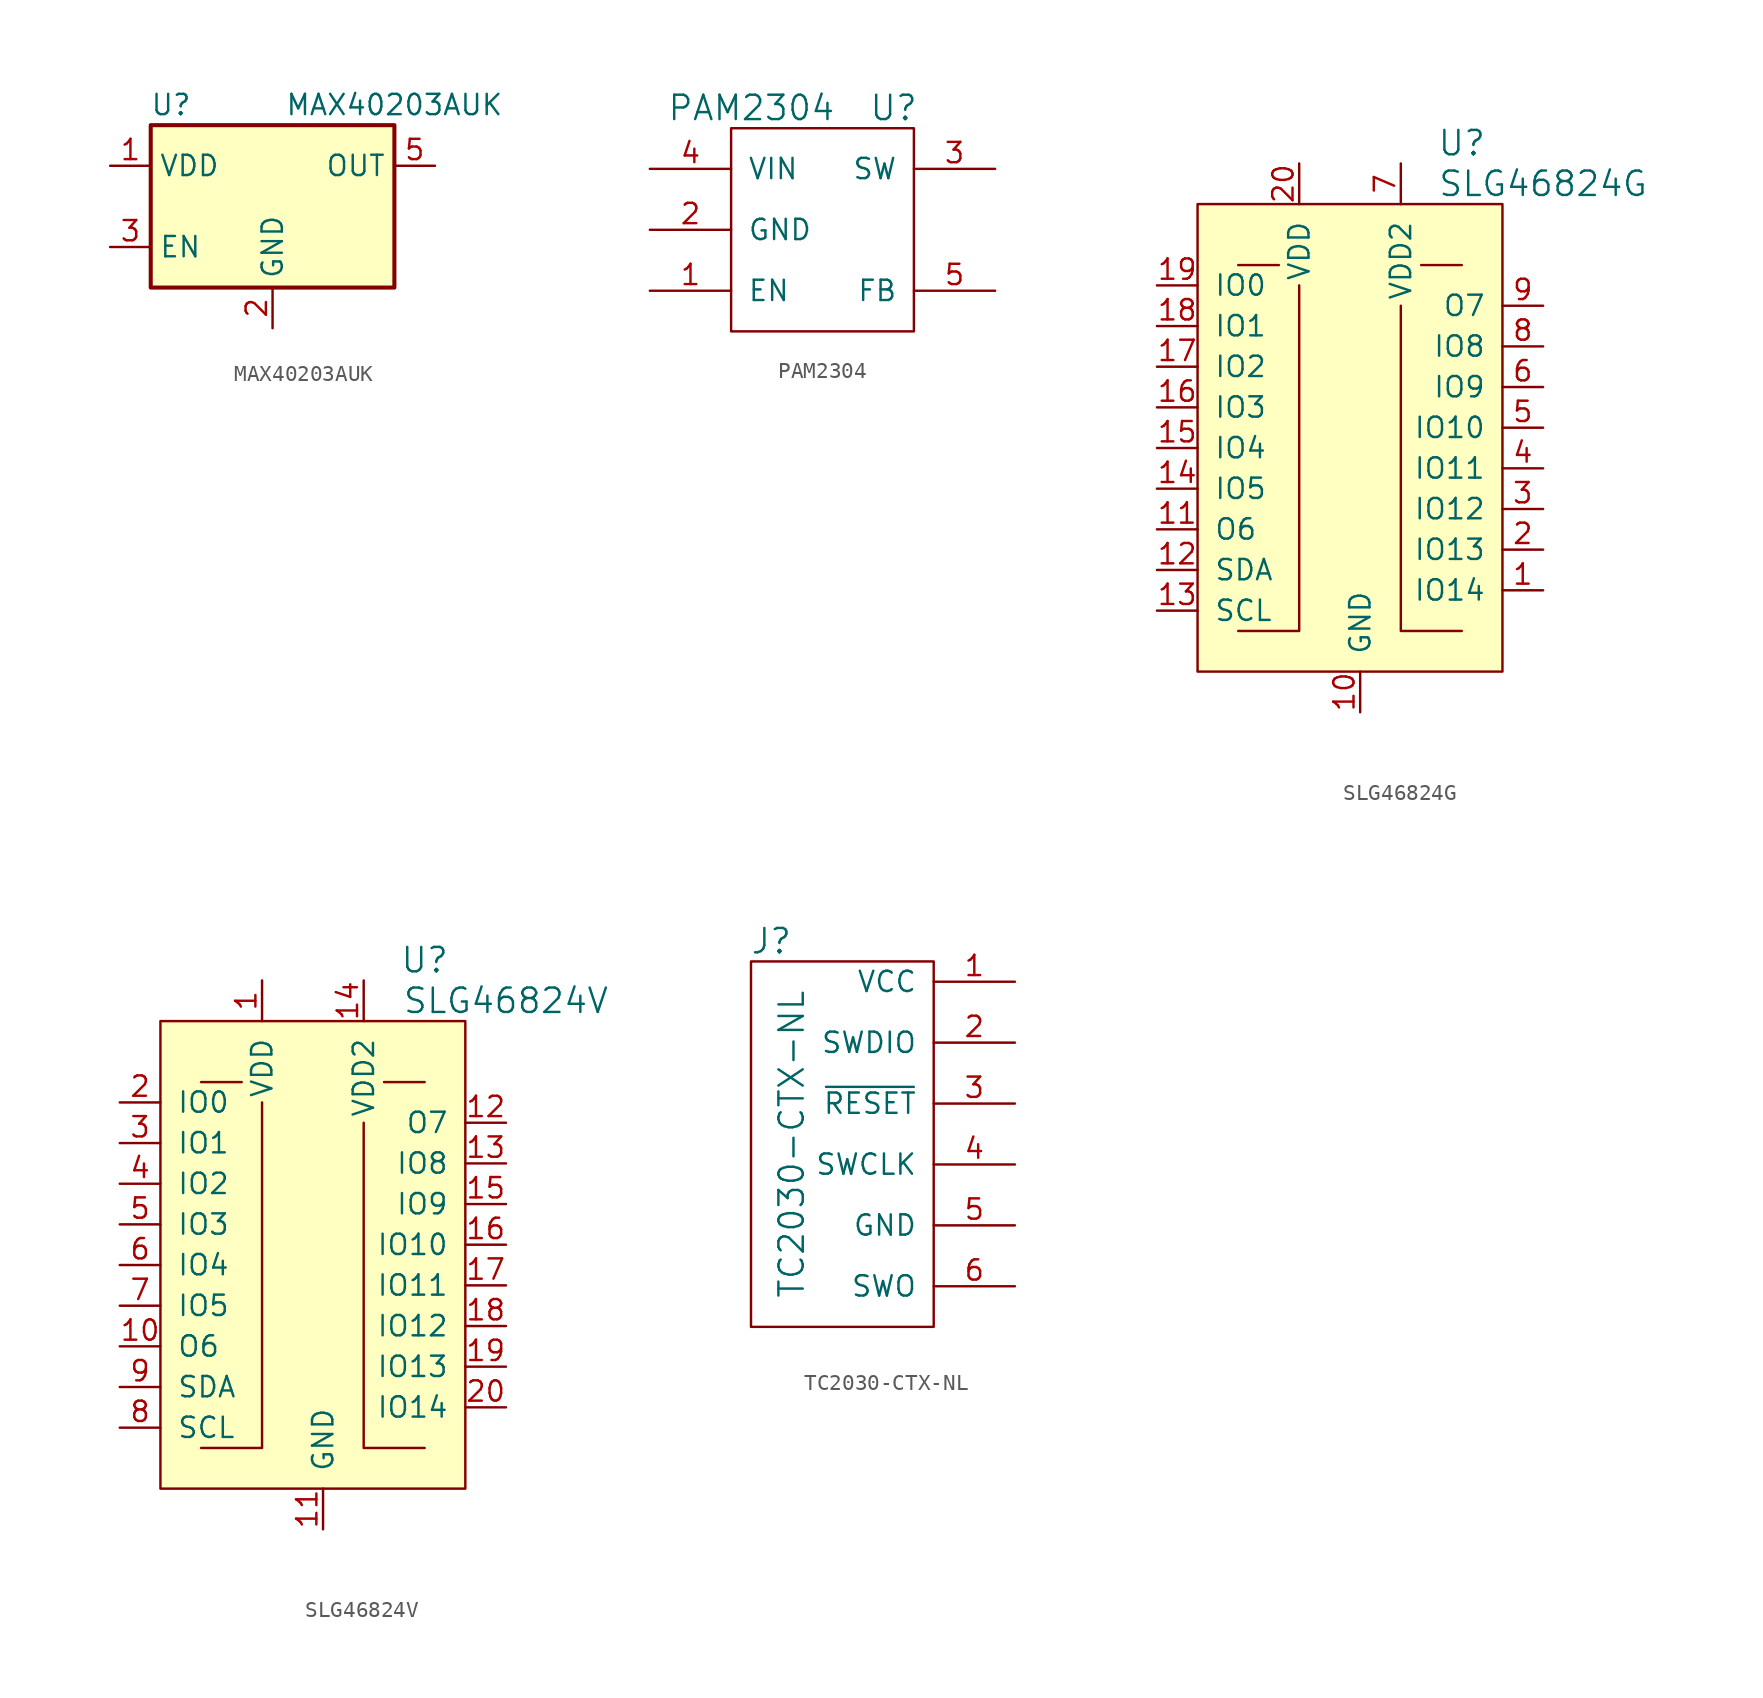
<source format=kicad_sym>
(kicad_symbol_lib
  (version 20220914)
  (generator kicad_symbol_editor)
  (symbol "MAX40203AUK"
    (property "Reference" "U"
      (at -6.35 6.35 0)
      (effects (font (size 1.27 1.27))))
    (property "Value" "MAX40203AUK"
      (at 7.62 6.35 0)
      (effects (font (size 1.27 1.27))))
    (symbol "MAX40203AUK_1_1"
      (rectangle (start -7.62 -5.08) (end 7.62 5.08) (stroke (width 0.254) (type default)) (fill (type background)))
      (pin power_in line (at -10.16 2.54 0) (length 2.54) (name "VDD" (effects (font (size 1.27 1.27)))) (number "1" (effects (font (size 1.27 1.27)))))
      (pin power_in line (at 0 -7.62 90) (length 2.54) (name "GND" (effects (font (size 1.27 1.27)))) (number "2" (effects (font (size 1.27 1.27)))))
      (pin input line (at -10.16 -2.54 0) (length 2.54) (name "EN" (effects (font (size 1.27 1.27)))) (number "3" (effects (font (size 1.27 1.27)))))
      (pin no_connect line (at 7.62 -2.54 180) (length 2.54) hide (name "NC" (effects (font (size 1.27 1.27)))) (number "4" (effects (font (size 1.27 1.27)))))
      (pin passive line (at 10.16 2.54 180) (length 2.54) (name "OUT" (effects (font (size 1.27 1.27)))) (number "5" (effects (font (size 1.27 1.27)))))))
  (symbol "PAM2304"
    (pin_names
      (offset 1.016))
    (property "Reference" "U"
      (at 5.08 0 0)
      (effects (font (size 1.524 1.524))))
    (property "Value" "PAM2304"
      (at -3.81 0 0)
      (effects (font (size 1.524 1.524))))
    (property "Footprint" ""
      (at 0 0 0)
      (effects (font (size 1.524 1.524))))
    (property "Datasheet" ""
      (at 0 0 0)
      (effects (font (size 1.524 1.524))))
    (symbol "PAM2304_0_1"
      (rectangle (start -5.08 -1.27) (end 6.35 -13.97) (stroke (width 0) (type solid)) (fill (type none))))
    (symbol "PAM2304_1_1"
      (pin input line (at -10.16 -11.43 0) (length 5.08) (name "EN" (effects (font (size 1.27 1.27)))) (number "1" (effects (font (size 1.27 1.27)))))
      (pin power_in line (at -10.16 -7.62 0) (length 5.08) (name "GND" (effects (font (size 1.27 1.27)))) (number "2" (effects (font (size 1.27 1.27)))))
      (pin power_out line (at 11.43 -3.81 180) (length 5.08) (name "SW" (effects (font (size 1.27 1.27)))) (number "3" (effects (font (size 1.27 1.27)))))
      (pin power_in line (at -10.16 -3.81 0) (length 5.08) (name "VIN" (effects (font (size 1.27 1.27)))) (number "4" (effects (font (size 1.27 1.27)))))
      (pin input line (at 11.43 -11.43 180) (length 5.08) (name "FB" (effects (font (size 1.27 1.27)))) (number "5" (effects (font (size 1.27 1.27)))))))
  (symbol "SLG46824G"
    (pin_names
      (offset 1.016))
    (property "Reference" "U"
      (at 7.62 19.05 0)
      (effects (font (size 1.524 1.524))))
    (property "Value" "SLG46824G"
      (at 12.7 16.51 0)
      (effects (font (size 1.524 1.524))))
    (symbol "SLG46824G_0_0"
      (pin tri_state line (at 12.7 -8.89 180) (length 2.54) (name "IO14" (effects (font (size 1.27 1.27)))) (number "1" (effects (font (size 1.27 1.27)))))
      (pin passive line (at 1.27 -16.51 90) (length 2.54) (name "GND" (effects (font (size 1.27 1.27)))) (number "10" (effects (font (size 1.27 1.27)))))
      (pin output line (at -11.43 -5.08 0) (length 2.54) (name "O6" (effects (font (size 1.27 1.27)))) (number "11" (effects (font (size 1.27 1.27)))))
      (pin bidirectional line (at -11.43 -7.62 0) (length 2.54) (name "SDA" (effects (font (size 1.27 1.27)))) (number "12" (effects (font (size 1.27 1.27)))))
      (pin bidirectional line (at -11.43 -10.16 0) (length 2.54) (name "SCL" (effects (font (size 1.27 1.27)))) (number "13" (effects (font (size 1.27 1.27)))))
      (pin tri_state line (at -11.43 -2.54 0) (length 2.54) (name "IO5" (effects (font (size 1.27 1.27)))) (number "14" (effects (font (size 1.27 1.27)))))
      (pin tri_state line (at -11.43 0 0) (length 2.54) (name "IO4" (effects (font (size 1.27 1.27)))) (number "15" (effects (font (size 1.27 1.27)))))
      (pin tri_state line (at -11.43 2.54 0) (length 2.54) (name "IO3" (effects (font (size 1.27 1.27)))) (number "16" (effects (font (size 1.27 1.27)))))
      (pin tri_state line (at -11.43 5.08 0) (length 2.54) (name "IO2" (effects (font (size 1.27 1.27)))) (number "17" (effects (font (size 1.27 1.27)))))
      (pin tri_state line (at -11.43 7.62 0) (length 2.54) (name "IO1" (effects (font (size 1.27 1.27)))) (number "18" (effects (font (size 1.27 1.27)))))
      (pin tri_state line (at -11.43 10.16 0) (length 2.54) (name "IO0" (effects (font (size 1.27 1.27)))) (number "19" (effects (font (size 1.27 1.27)))))
      (pin tri_state line (at 12.7 -6.35 180) (length 2.54) (name "IO13" (effects (font (size 1.27 1.27)))) (number "2" (effects (font (size 1.27 1.27)))))
      (pin power_in line (at -2.54 17.78 270) (length 2.54) (name "VDD" (effects (font (size 1.27 1.27)))) (number "20" (effects (font (size 1.27 1.27)))))
      (pin tri_state line (at 12.7 -3.81 180) (length 2.54) (name "IO12" (effects (font (size 1.27 1.27)))) (number "3" (effects (font (size 1.27 1.27)))))
      (pin tri_state line (at 12.7 -1.27 180) (length 2.54) (name "IO11" (effects (font (size 1.27 1.27)))) (number "4" (effects (font (size 1.27 1.27)))))
      (pin tri_state line (at 12.7 1.27 180) (length 2.54) (name "IO10" (effects (font (size 1.27 1.27)))) (number "5" (effects (font (size 1.27 1.27)))))
      (pin tri_state line (at 12.7 3.81 180) (length 2.54) (name "IO9" (effects (font (size 1.27 1.27)))) (number "6" (effects (font (size 1.27 1.27)))))
      (pin power_in line (at 3.81 17.78 270) (length 2.54) (name "VDD2" (effects (font (size 1.27 1.27)))) (number "7" (effects (font (size 1.27 1.27)))))
      (pin tri_state line (at 12.7 6.35 180) (length 2.54) (name "IO8" (effects (font (size 1.27 1.27)))) (number "8" (effects (font (size 1.27 1.27)))))
      (pin output line (at 12.7 8.89 180) (length 2.54) (name "O7" (effects (font (size 1.27 1.27)))) (number "9" (effects (font (size 1.27 1.27))))))
    (symbol "SLG46824G_0_1"
      (rectangle (start -8.89 -13.97) (end 10.16 15.24) (stroke (width 0) (type solid)) (fill (type background)))
      (polyline (pts (xy -3.81 11.43) (xy -6.35 11.43)) (stroke (width 0) (type solid)) (fill (type none)))
      (polyline (pts (xy 5.08 11.43) (xy 7.62 11.43)) (stroke (width 0) (type solid)) (fill (type none)))
      (polyline (pts (xy -2.54 10.16) (xy -2.54 -11.43) (xy -6.35 -11.43)) (stroke (width 0) (type solid)) (fill (type none)))
      (polyline (pts (xy 3.81 8.89) (xy 3.81 -11.43) (xy 7.62 -11.43)) (stroke (width 0) (type solid)) (fill (type none)))))
  (symbol "SLG46824V"
    (pin_names
      (offset 1.016))
    (property "Reference" "U"
      (at 7.62 19.05 0)
      (effects (font (size 1.524 1.524))))
    (property "Value" "SLG46824V"
      (at 12.7 16.51 0)
      (effects (font (size 1.524 1.524))))
    (symbol "SLG46824V_0_0"
      (pin power_in line (at -2.54 17.78 270) (length 2.54) (name "VDD" (effects (font (size 1.27 1.27)))) (number "1" (effects (font (size 1.27 1.27)))))
      (pin output line (at -11.43 -5.08 0) (length 2.54) (name "O6" (effects (font (size 1.27 1.27)))) (number "10" (effects (font (size 1.27 1.27)))))
      (pin passive line (at 1.27 -16.51 90) (length 2.54) (name "GND" (effects (font (size 1.27 1.27)))) (number "11" (effects (font (size 1.27 1.27)))))
      (pin output line (at 12.7 8.89 180) (length 2.54) (name "O7" (effects (font (size 1.27 1.27)))) (number "12" (effects (font (size 1.27 1.27)))))
      (pin tri_state line (at 12.7 6.35 180) (length 2.54) (name "IO8" (effects (font (size 1.27 1.27)))) (number "13" (effects (font (size 1.27 1.27)))))
      (pin power_in line (at 3.81 17.78 270) (length 2.54) (name "VDD2" (effects (font (size 1.27 1.27)))) (number "14" (effects (font (size 1.27 1.27)))))
      (pin tri_state line (at 12.7 3.81 180) (length 2.54) (name "IO9" (effects (font (size 1.27 1.27)))) (number "15" (effects (font (size 1.27 1.27)))))
      (pin tri_state line (at 12.7 1.27 180) (length 2.54) (name "IO10" (effects (font (size 1.27 1.27)))) (number "16" (effects (font (size 1.27 1.27)))))
      (pin tri_state line (at 12.7 -1.27 180) (length 2.54) (name "IO11" (effects (font (size 1.27 1.27)))) (number "17" (effects (font (size 1.27 1.27)))))
      (pin tri_state line (at 12.7 -3.81 180) (length 2.54) (name "IO12" (effects (font (size 1.27 1.27)))) (number "18" (effects (font (size 1.27 1.27)))))
      (pin tri_state line (at 12.7 -6.35 180) (length 2.54) (name "IO13" (effects (font (size 1.27 1.27)))) (number "19" (effects (font (size 1.27 1.27)))))
      (pin tri_state line (at -11.43 10.16 0) (length 2.54) (name "IO0" (effects (font (size 1.27 1.27)))) (number "2" (effects (font (size 1.27 1.27)))))
      (pin tri_state line (at 12.7 -8.89 180) (length 2.54) (name "IO14" (effects (font (size 1.27 1.27)))) (number "20" (effects (font (size 1.27 1.27)))))
      (pin tri_state line (at -11.43 7.62 0) (length 2.54) (name "IO1" (effects (font (size 1.27 1.27)))) (number "3" (effects (font (size 1.27 1.27)))))
      (pin tri_state line (at -11.43 5.08 0) (length 2.54) (name "IO2" (effects (font (size 1.27 1.27)))) (number "4" (effects (font (size 1.27 1.27)))))
      (pin tri_state line (at -11.43 2.54 0) (length 2.54) (name "IO3" (effects (font (size 1.27 1.27)))) (number "5" (effects (font (size 1.27 1.27)))))
      (pin tri_state line (at -11.43 0 0) (length 2.54) (name "IO4" (effects (font (size 1.27 1.27)))) (number "6" (effects (font (size 1.27 1.27)))))
      (pin tri_state line (at -11.43 -2.54 0) (length 2.54) (name "IO5" (effects (font (size 1.27 1.27)))) (number "7" (effects (font (size 1.27 1.27)))))
      (pin bidirectional line (at -11.43 -10.16 0) (length 2.54) (name "SCL" (effects (font (size 1.27 1.27)))) (number "8" (effects (font (size 1.27 1.27)))))
      (pin bidirectional line (at -11.43 -7.62 0) (length 2.54) (name "SDA" (effects (font (size 1.27 1.27)))) (number "9" (effects (font (size 1.27 1.27))))))
    (symbol "SLG46824V_0_1"
      (rectangle (start -8.89 -13.97) (end 10.16 15.24) (stroke (width 0) (type solid)) (fill (type background)))
      (polyline (pts (xy -3.81 11.43) (xy -6.35 11.43)) (stroke (width 0) (type solid)) (fill (type none)))
      (polyline (pts (xy 5.08 11.43) (xy 7.62 11.43)) (stroke (width 0) (type solid)) (fill (type none)))
      (polyline (pts (xy -2.54 10.16) (xy -2.54 -11.43) (xy -6.35 -11.43)) (stroke (width 0) (type solid)) (fill (type none)))
      (polyline (pts (xy 3.81 8.89) (xy 3.81 -11.43) (xy 7.62 -11.43)) (stroke (width 0) (type solid)) (fill (type none)))))
  (symbol "TC2030-CTX-NL"
    (pin_names
      (offset 1.016))
    (property "Reference" "J"
      (at -3.81 10.16 0)
      (effects (font (size 1.524 1.524))))
    (property "Value" "TC2030-CTX-NL"
      (at -2.54 -2.54 90)
      (effects (font (size 1.524 1.524))))
    (symbol "TC2030-CTX-NL_0_1"
      (rectangle (start -5.08 8.89) (end 6.35 -13.97) (stroke (width 0) (type solid)) (fill (type none))))
    (symbol "TC2030-CTX-NL_1_1"
      (pin power_in line (at 11.43 7.62 180) (length 5.08) (name "VCC" (effects (font (size 1.27 1.27)))) (number "1" (effects (font (size 1.27 1.27)))))
      (pin bidirectional line (at 11.43 3.81 180) (length 5.08) (name "SWDIO" (effects (font (size 1.27 1.27)))) (number "2" (effects (font (size 1.27 1.27)))))
      (pin output line (at 11.43 0 180) (length 5.08) (name "~{RESET}" (effects (font (size 1.27 1.27)))) (number "3" (effects (font (size 1.27 1.27)))))
      (pin output line (at 11.43 -3.81 180) (length 5.08) (name "SWCLK" (effects (font (size 1.27 1.27)))) (number "4" (effects (font (size 1.27 1.27)))))
      (pin unspecified line (at 11.43 -7.62 180) (length 5.08) (name "GND" (effects (font (size 1.27 1.27)))) (number "5" (effects (font (size 1.27 1.27)))))
      (pin unspecified line (at 11.43 -11.43 180) (length 5.08) (name "SWO" (effects (font (size 1.27 1.27)))) (number "6" (effects (font (size 1.27 1.27))))))))
</source>
